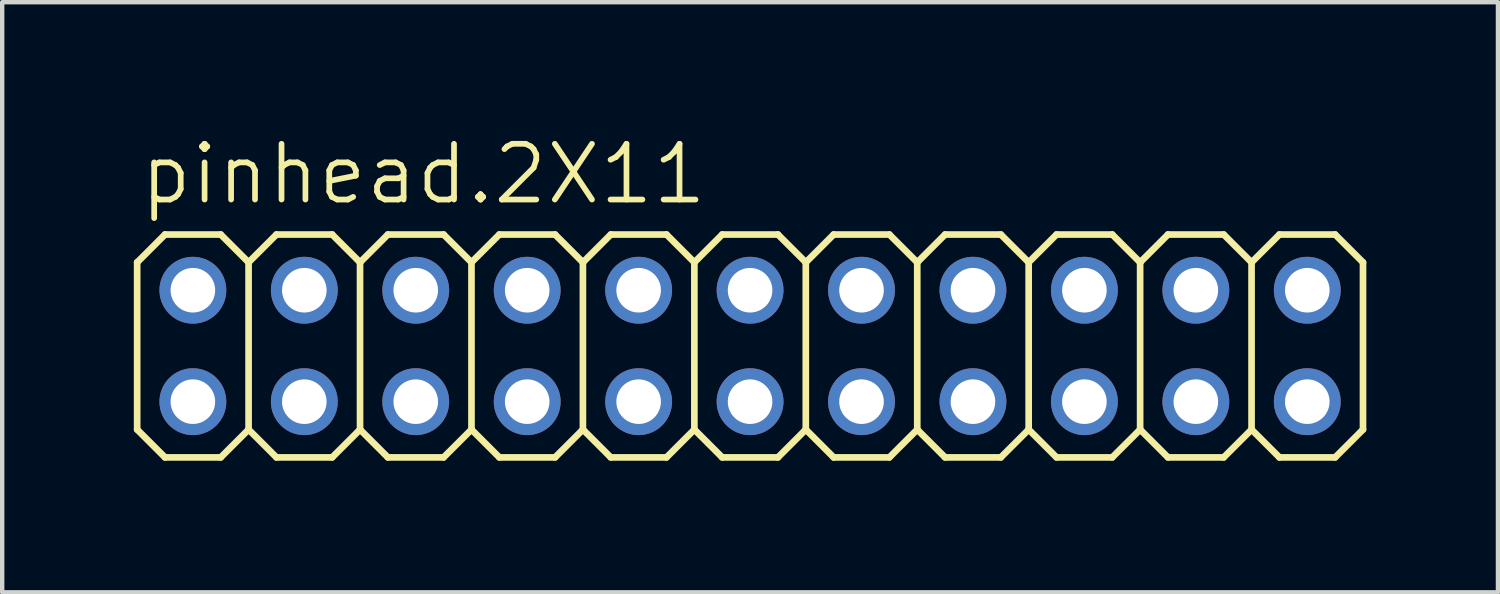
<source format=kicad_pcb>
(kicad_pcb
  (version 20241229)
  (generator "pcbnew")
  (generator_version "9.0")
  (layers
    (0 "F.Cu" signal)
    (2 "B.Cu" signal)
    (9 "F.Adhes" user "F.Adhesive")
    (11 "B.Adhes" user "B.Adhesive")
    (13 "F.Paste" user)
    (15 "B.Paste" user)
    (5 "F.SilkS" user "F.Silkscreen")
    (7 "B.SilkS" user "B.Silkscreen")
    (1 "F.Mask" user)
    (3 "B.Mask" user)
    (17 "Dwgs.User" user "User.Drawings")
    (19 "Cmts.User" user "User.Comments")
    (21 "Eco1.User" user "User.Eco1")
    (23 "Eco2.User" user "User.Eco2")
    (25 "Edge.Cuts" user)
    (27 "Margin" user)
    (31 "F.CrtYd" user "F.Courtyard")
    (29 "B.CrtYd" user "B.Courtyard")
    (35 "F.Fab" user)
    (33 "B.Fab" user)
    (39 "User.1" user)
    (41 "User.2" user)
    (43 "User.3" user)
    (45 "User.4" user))
  (footprint "pinhead.2X11"
    (layer "F.Cu")
    (at 14.046 4.835)
    (property "Reference" "pinhead.2X11" (at -13.97 -3.175 0) (layer "F.SilkS") (effects (font (size 1.27 1.27) (thickness 0.13)) (justify left bottom)))
    (attr through_hole)
    (fp_line (start -13.97 -1.905) (end -13.335 -2.54) (stroke (width 0.152) (type default)) (layer "F.SilkS"))
    (fp_line (start -13.97 1.905) (end -13.97 -1.905) (stroke (width 0.152) (type default)) (layer "F.SilkS"))
    (fp_line (start -13.97 1.905) (end -13.335 2.54) (stroke (width 0.152) (type default)) (layer "F.SilkS"))
    (fp_line (start -13.335 -2.54) (end -12.065 -2.54) (stroke (width 0.152) (type default)) (layer "F.SilkS"))
    (fp_line (start -13.335 2.54) (end -12.065 2.54) (stroke (width 0.152) (type default)) (layer "F.SilkS"))
    (fp_line (start -12.065 -2.54) (end -11.43 -1.905) (stroke (width 0.152) (type default)) (layer "F.SilkS"))
    (fp_line (start -12.065 2.54) (end -11.43 1.905) (stroke (width 0.152) (type default)) (layer "F.SilkS"))
    (fp_line (start -11.43 -1.905) (end -11.43 1.905) (stroke (width 0.152) (type default)) (layer "F.SilkS"))
    (fp_line (start -11.43 -1.905) (end -10.795 -2.54) (stroke (width 0.152) (type default)) (layer "F.SilkS"))
    (fp_line (start -11.43 1.905) (end -10.795 2.54) (stroke (width 0.152) (type default)) (layer "F.SilkS"))
    (fp_line (start -10.795 -2.54) (end -9.525 -2.54) (stroke (width 0.152) (type default)) (layer "F.SilkS"))
    (fp_line (start -10.795 2.54) (end -9.525 2.54) (stroke (width 0.152) (type default)) (layer "F.SilkS"))
    (fp_line (start -9.525 -2.54) (end -8.89 -1.905) (stroke (width 0.152) (type default)) (layer "F.SilkS"))
    (fp_line (start -9.525 2.54) (end -8.89 1.905) (stroke (width 0.152) (type default)) (layer "F.SilkS"))
    (fp_line (start -8.89 -1.905) (end -8.89 1.905) (stroke (width 0.152) (type default)) (layer "F.SilkS"))
    (fp_line (start -8.89 -1.905) (end -8.255 -2.54) (stroke (width 0.152) (type default)) (layer "F.SilkS"))
    (fp_line (start -8.89 1.905) (end -8.255 2.54) (stroke (width 0.152) (type default)) (layer "F.SilkS"))
    (fp_line (start -8.255 -2.54) (end -6.985 -2.54) (stroke (width 0.152) (type default)) (layer "F.SilkS"))
    (fp_line (start -8.255 2.54) (end -6.985 2.54) (stroke (width 0.152) (type default)) (layer "F.SilkS"))
    (fp_line (start -6.985 -2.54) (end -6.35 -1.905) (stroke (width 0.152) (type default)) (layer "F.SilkS"))
    (fp_line (start -6.985 2.54) (end -6.35 1.905) (stroke (width 0.152) (type default)) (layer "F.SilkS"))
    (fp_line (start -6.35 -1.905) (end -6.35 1.905) (stroke (width 0.152) (type default)) (layer "F.SilkS"))
    (fp_line (start -6.35 -1.905) (end -5.715 -2.54) (stroke (width 0.152) (type default)) (layer "F.SilkS"))
    (fp_line (start -6.35 1.905) (end -5.715 2.54) (stroke (width 0.152) (type default)) (layer "F.SilkS"))
    (fp_line (start -5.715 -2.54) (end -4.445 -2.54) (stroke (width 0.152) (type default)) (layer "F.SilkS"))
    (fp_line (start -5.715 2.54) (end -4.445 2.54) (stroke (width 0.152) (type default)) (layer "F.SilkS"))
    (fp_line (start -4.445 -2.54) (end -3.81 -1.905) (stroke (width 0.152) (type default)) (layer "F.SilkS"))
    (fp_line (start -4.445 2.54) (end -3.81 1.905) (stroke (width 0.152) (type default)) (layer "F.SilkS"))
    (fp_line (start -3.81 -1.905) (end -3.81 1.905) (stroke (width 0.152) (type default)) (layer "F.SilkS"))
    (fp_line (start -3.81 -1.905) (end -3.175 -2.54) (stroke (width 0.152) (type default)) (layer "F.SilkS"))
    (fp_line (start -3.81 1.905) (end -3.175 2.54) (stroke (width 0.152) (type default)) (layer "F.SilkS"))
    (fp_line (start -3.175 -2.54) (end -1.905 -2.54) (stroke (width 0.152) (type default)) (layer "F.SilkS"))
    (fp_line (start -3.175 2.54) (end -1.905 2.54) (stroke (width 0.152) (type default)) (layer "F.SilkS"))
    (fp_line (start -1.905 -2.54) (end -1.27 -1.905) (stroke (width 0.152) (type default)) (layer "F.SilkS"))
    (fp_line (start -1.905 2.54) (end -1.27 1.905) (stroke (width 0.152) (type default)) (layer "F.SilkS"))
    (fp_line (start -1.27 -1.905) (end -1.27 1.905) (stroke (width 0.152) (type default)) (layer "F.SilkS"))
    (fp_line (start -1.27 -1.905) (end -0.635 -2.54) (stroke (width 0.152) (type default)) (layer "F.SilkS"))
    (fp_line (start -1.27 1.905) (end -0.635 2.54) (stroke (width 0.152) (type default)) (layer "F.SilkS"))
    (fp_line (start -0.635 -2.54) (end 0.635 -2.54) (stroke (width 0.152) (type default)) (layer "F.SilkS"))
    (fp_line (start -0.635 2.54) (end 0.635 2.54) (stroke (width 0.152) (type default)) (layer "F.SilkS"))
    (fp_line (start 0.635 -2.54) (end 1.27 -1.905) (stroke (width 0.152) (type default)) (layer "F.SilkS"))
    (fp_line (start 0.635 2.54) (end 1.27 1.905) (stroke (width 0.152) (type default)) (layer "F.SilkS"))
    (fp_line (start 1.27 -1.905) (end 1.27 1.905) (stroke (width 0.152) (type default)) (layer "F.SilkS"))
    (fp_line (start 1.27 -1.905) (end 1.905 -2.54) (stroke (width 0.152) (type default)) (layer "F.SilkS"))
    (fp_line (start 1.27 1.905) (end 1.905 2.54) (stroke (width 0.152) (type default)) (layer "F.SilkS"))
    (fp_line (start 1.905 -2.54) (end 3.175 -2.54) (stroke (width 0.152) (type default)) (layer "F.SilkS"))
    (fp_line (start 3.175 -2.54) (end 3.81 -1.905) (stroke (width 0.152) (type default)) (layer "F.SilkS"))
    (fp_line (start 3.175 2.54) (end 1.905 2.54) (stroke (width 0.152) (type default)) (layer "F.SilkS"))
    (fp_line (start 3.81 -1.905) (end 3.81 1.905) (stroke (width 0.152) (type default)) (layer "F.SilkS"))
    (fp_line (start 3.81 -1.905) (end 4.445 -2.54) (stroke (width 0.152) (type default)) (layer "F.SilkS"))
    (fp_line (start 3.81 1.905) (end 3.175 2.54) (stroke (width 0.152) (type default)) (layer "F.SilkS"))
    (fp_line (start 3.81 1.905) (end 4.445 2.54) (stroke (width 0.152) (type default)) (layer "F.SilkS"))
    (fp_line (start 4.445 -2.54) (end 5.715 -2.54) (stroke (width 0.152) (type default)) (layer "F.SilkS"))
    (fp_line (start 5.715 -2.54) (end 6.35 -1.905) (stroke (width 0.152) (type default)) (layer "F.SilkS"))
    (fp_line (start 5.715 2.54) (end 4.445 2.54) (stroke (width 0.152) (type default)) (layer "F.SilkS"))
    (fp_line (start 6.35 -1.905) (end 6.35 1.905) (stroke (width 0.152) (type default)) (layer "F.SilkS"))
    (fp_line (start 6.35 -1.905) (end 6.985 -2.54) (stroke (width 0.152) (type default)) (layer "F.SilkS"))
    (fp_line (start 6.35 1.905) (end 5.715 2.54) (stroke (width 0.152) (type default)) (layer "F.SilkS"))
    (fp_line (start 6.35 1.905) (end 6.985 2.54) (stroke (width 0.152) (type default)) (layer "F.SilkS"))
    (fp_line (start 6.985 -2.54) (end 8.255 -2.54) (stroke (width 0.152) (type default)) (layer "F.SilkS"))
    (fp_line (start 8.255 -2.54) (end 8.89 -1.905) (stroke (width 0.152) (type default)) (layer "F.SilkS"))
    (fp_line (start 8.255 2.54) (end 6.985 2.54) (stroke (width 0.152) (type default)) (layer "F.SilkS"))
    (fp_line (start 8.89 -1.905) (end 8.89 1.905) (stroke (width 0.152) (type default)) (layer "F.SilkS"))
    (fp_line (start 8.89 -1.905) (end 9.525 -2.54) (stroke (width 0.152) (type default)) (layer "F.SilkS"))
    (fp_line (start 8.89 1.905) (end 8.255 2.54) (stroke (width 0.152) (type default)) (layer "F.SilkS"))
    (fp_line (start 8.89 1.905) (end 9.525 2.54) (stroke (width 0.152) (type default)) (layer "F.SilkS"))
    (fp_line (start 9.525 -2.54) (end 10.795 -2.54) (stroke (width 0.152) (type default)) (layer "F.SilkS"))
    (fp_line (start 10.795 -2.54) (end 11.43 -1.905) (stroke (width 0.152) (type default)) (layer "F.SilkS"))
    (fp_line (start 10.795 2.54) (end 9.525 2.54) (stroke (width 0.152) (type default)) (layer "F.SilkS"))
    (fp_line (start 11.43 -1.905) (end 11.43 1.905) (stroke (width 0.152) (type default)) (layer "F.SilkS"))
    (fp_line (start 11.43 -1.905) (end 12.065 -2.54) (stroke (width 0.152) (type default)) (layer "F.SilkS"))
    (fp_line (start 11.43 1.905) (end 10.795 2.54) (stroke (width 0.152) (type default)) (layer "F.SilkS"))
    (fp_line (start 11.43 1.905) (end 12.065 2.54) (stroke (width 0.152) (type default)) (layer "F.SilkS"))
    (fp_line (start 12.065 -2.54) (end 13.335 -2.54) (stroke (width 0.152) (type default)) (layer "F.SilkS"))
    (fp_line (start 13.335 -2.54) (end 13.97 -1.905) (stroke (width 0.152) (type default)) (layer "F.SilkS"))
    (fp_line (start 13.335 2.54) (end 12.065 2.54) (stroke (width 0.152) (type default)) (layer "F.SilkS"))
    (fp_line (start 13.97 -1.905) (end 13.97 1.905) (stroke (width 0.152) (type default)) (layer "F.SilkS"))
    (fp_line (start 13.97 1.905) (end 13.335 2.54) (stroke (width 0.152) (type default)) (layer "F.SilkS"))
    (fp_rect (start -12.954 -1.016) (end -12.446 -1.524) (stroke (width 0.05) (type default)) (fill no) (layer "F.Fab"))
    (fp_rect (start -12.954 1.524) (end -12.446 1.016) (stroke (width 0.05) (type default)) (fill no) (layer "F.Fab"))
    (fp_rect (start -10.414 -1.016) (end -9.906 -1.524) (stroke (width 0.05) (type default)) (fill no) (layer "F.Fab"))
    (fp_rect (start -10.414 1.524) (end -9.906 1.016) (stroke (width 0.05) (type default)) (fill no) (layer "F.Fab"))
    (fp_rect (start -7.874 -1.016) (end -7.366 -1.524) (stroke (width 0.05) (type default)) (fill no) (layer "F.Fab"))
    (fp_rect (start -7.874 1.524) (end -7.366 1.016) (stroke (width 0.05) (type default)) (fill no) (layer "F.Fab"))
    (fp_rect (start -5.334 -1.016) (end -4.826 -1.524) (stroke (width 0.05) (type default)) (fill no) (layer "F.Fab"))
    (fp_rect (start -5.334 1.524) (end -4.826 1.016) (stroke (width 0.05) (type default)) (fill no) (layer "F.Fab"))
    (fp_rect (start -2.794 -1.016) (end -2.286 -1.524) (stroke (width 0.05) (type default)) (fill no) (layer "F.Fab"))
    (fp_rect (start -2.794 1.524) (end -2.286 1.016) (stroke (width 0.05) (type default)) (fill no) (layer "F.Fab"))
    (fp_rect (start -0.254 -1.016) (end 0.254 -1.524) (stroke (width 0.05) (type default)) (fill no) (layer "F.Fab"))
    (fp_rect (start -0.254 1.524) (end 0.254 1.016) (stroke (width 0.05) (type default)) (fill no) (layer "F.Fab"))
    (fp_rect (start 2.286 -1.016) (end 2.794 -1.524) (stroke (width 0.05) (type default)) (fill no) (layer "F.Fab"))
    (fp_rect (start 2.286 1.524) (end 2.794 1.016) (stroke (width 0.05) (type default)) (fill no) (layer "F.Fab"))
    (fp_rect (start 4.826 -1.016) (end 5.334 -1.524) (stroke (width 0.05) (type default)) (fill no) (layer "F.Fab"))
    (fp_rect (start 4.826 1.524) (end 5.334 1.016) (stroke (width 0.05) (type default)) (fill no) (layer "F.Fab"))
    (fp_rect (start 7.366 -1.016) (end 7.874 -1.524) (stroke (width 0.05) (type default)) (fill no) (layer "F.Fab"))
    (fp_rect (start 7.366 1.524) (end 7.874 1.016) (stroke (width 0.05) (type default)) (fill no) (layer "F.Fab"))
    (fp_rect (start 9.906 -1.016) (end 10.414 -1.524) (stroke (width 0.05) (type default)) (fill no) (layer "F.Fab"))
    (fp_rect (start 9.906 1.524) (end 10.414 1.016) (stroke (width 0.05) (type default)) (fill no) (layer "F.Fab"))
    (fp_rect (start 12.446 -1.016) (end 12.954 -1.524) (stroke (width 0.05) (type default)) (fill no) (layer "F.Fab"))
    (fp_rect (start 12.446 1.524) (end 12.954 1.016) (stroke (width 0.05) (type default)) (fill no) (layer "F.Fab"))
    (pad "1" thru_hole circle (at -12.7 1.27) (size 1.524 1.524) (drill 1.016) (layers "*.Cu" "*.Mask"))
    (pad "2" thru_hole circle (at -12.7 -1.27) (size 1.524 1.524) (drill 1.016) (layers "*.Cu" "*.Mask"))
    (pad "3" thru_hole circle (at -10.16 1.27) (size 1.524 1.524) (drill 1.016) (layers "*.Cu" "*.Mask"))
    (pad "4" thru_hole circle (at -10.16 -1.27) (size 1.524 1.524) (drill 1.016) (layers "*.Cu" "*.Mask"))
    (pad "5" thru_hole circle (at -7.62 1.27) (size 1.524 1.524) (drill 1.016) (layers "*.Cu" "*.Mask"))
    (pad "6" thru_hole circle (at -7.62 -1.27) (size 1.524 1.524) (drill 1.016) (layers "*.Cu" "*.Mask"))
    (pad "7" thru_hole circle (at -5.08 1.27) (size 1.524 1.524) (drill 1.016) (layers "*.Cu" "*.Mask"))
    (pad "8" thru_hole circle (at -5.08 -1.27) (size 1.524 1.524) (drill 1.016) (layers "*.Cu" "*.Mask"))
    (pad "9" thru_hole circle (at -2.54 1.27) (size 1.524 1.524) (drill 1.016) (layers "*.Cu" "*.Mask"))
    (pad "10" thru_hole circle (at -2.54 -1.27) (size 1.524 1.524) (drill 1.016) (layers "*.Cu" "*.Mask"))
    (pad "11" thru_hole circle (at 0 1.27) (size 1.524 1.524) (drill 1.016) (layers "*.Cu" "*.Mask"))
    (pad "12" thru_hole circle (at 0 -1.27) (size 1.524 1.524) (drill 1.016) (layers "*.Cu" "*.Mask"))
    (pad "13" thru_hole circle (at 2.54 1.27) (size 1.524 1.524) (drill 1.016) (layers "*.Cu" "*.Mask"))
    (pad "14" thru_hole circle (at 2.54 -1.27) (size 1.524 1.524) (drill 1.016) (layers "*.Cu" "*.Mask"))
    (pad "15" thru_hole circle (at 5.08 1.27) (size 1.524 1.524) (drill 1.016) (layers "*.Cu" "*.Mask"))
    (pad "16" thru_hole circle (at 5.08 -1.27) (size 1.524 1.524) (drill 1.016) (layers "*.Cu" "*.Mask"))
    (pad "17" thru_hole circle (at 7.62 1.27) (size 1.524 1.524) (drill 1.016) (layers "*.Cu" "*.Mask"))
    (pad "18" thru_hole circle (at 7.62 -1.27) (size 1.524 1.524) (drill 1.016) (layers "*.Cu" "*.Mask"))
    (pad "19" thru_hole circle (at 10.16 1.27) (size 1.524 1.524) (drill 1.016) (layers "*.Cu" "*.Mask"))
    (pad "20" thru_hole circle (at 10.16 -1.27) (size 1.524 1.524) (drill 1.016) (layers "*.Cu" "*.Mask"))
    (pad "21" thru_hole circle (at 12.7 1.27) (size 1.524 1.524) (drill 1.016) (layers "*.Cu" "*.Mask"))
    (pad "22" thru_hole circle (at 12.7 -1.27) (size 1.524 1.524) (drill 1.016) (layers "*.Cu" "*.Mask")))
  (gr_rect
    (start -3 -3)
    (end 31.092 10.451)
    (stroke (width 0.1) (type default))
    (fill no)
    (layer "Edge.Cuts")))
</source>
